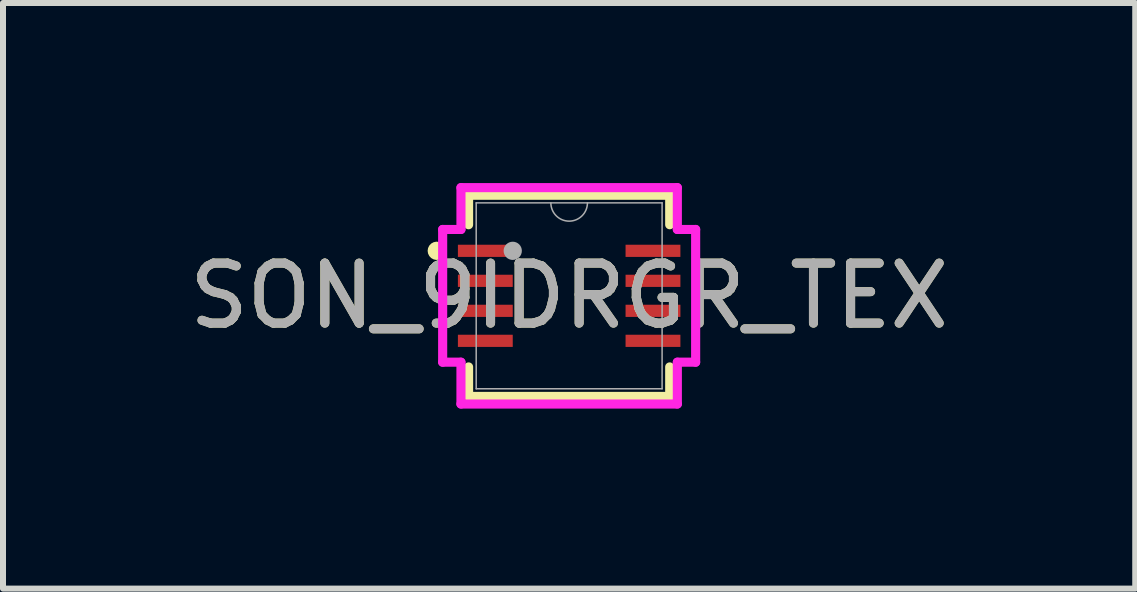
<source format=kicad_pcb>
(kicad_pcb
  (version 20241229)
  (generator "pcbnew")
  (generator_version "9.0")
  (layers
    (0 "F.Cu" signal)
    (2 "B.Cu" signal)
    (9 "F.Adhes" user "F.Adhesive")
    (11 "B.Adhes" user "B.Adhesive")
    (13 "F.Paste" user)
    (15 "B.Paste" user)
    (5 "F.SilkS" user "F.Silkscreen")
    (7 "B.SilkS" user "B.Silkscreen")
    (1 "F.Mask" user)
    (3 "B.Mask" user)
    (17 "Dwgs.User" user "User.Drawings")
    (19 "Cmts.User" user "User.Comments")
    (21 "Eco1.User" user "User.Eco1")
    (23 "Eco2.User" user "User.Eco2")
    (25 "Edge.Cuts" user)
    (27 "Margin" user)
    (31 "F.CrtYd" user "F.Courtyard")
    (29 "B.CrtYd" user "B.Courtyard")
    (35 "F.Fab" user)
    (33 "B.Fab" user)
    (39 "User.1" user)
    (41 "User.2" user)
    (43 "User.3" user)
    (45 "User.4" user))
  (footprint "SON_9IDRGR_TEX"
    (layer "F.Cu")
    (at 6.435 1.88)
    (property "Reference" "SON_9IDRGR_TEX" (at 0 0 0) (unlocked yes) (layer "F.SilkS") (effects (font (size 1 1) (thickness 0.15))))
    (attr smd)
    (fp_line (start -1.676 -1.676) (end -1.676 -1.185) (stroke (width 0.152) (type solid)) (layer "F.SilkS"))
    (fp_line (start -1.676 1.185) (end -1.676 1.676) (stroke (width 0.152) (type solid)) (layer "F.SilkS"))
    (fp_line (start -1.676 1.676) (end 1.676 1.676) (stroke (width 0.152) (type solid)) (layer "F.SilkS"))
    (fp_line (start 1.676 -1.676) (end -1.676 -1.676) (stroke (width 0.152) (type solid)) (layer "F.SilkS"))
    (fp_line (start 1.676 -1.185) (end 1.676 -1.676) (stroke (width 0.152) (type solid)) (layer "F.SilkS"))
    (fp_line (start 1.676 1.676) (end 1.676 1.185) (stroke (width 0.152) (type solid)) (layer "F.SilkS"))
    (fp_arc (start -2.18694 -0.676376) (mid -2.282063 -0.750189) (end -2.18694 -0.824002) (stroke (width 0.1524) (type solid)) (layer "F.SilkS"))
    (fp_line (start -2.108 -1.106) (end -1.803 -1.106) (stroke (width 0.152) (type solid)) (layer "F.CrtYd"))
    (fp_line (start -2.108 1.106) (end -2.108 -1.106) (stroke (width 0.152) (type solid)) (layer "F.CrtYd"))
    (fp_line (start -2.108 1.106) (end -1.803 1.106) (stroke (width 0.152) (type solid)) (layer "F.CrtYd"))
    (fp_line (start -1.803 -1.803) (end 1.803 -1.803) (stroke (width 0.152) (type solid)) (layer "F.CrtYd"))
    (fp_line (start -1.803 -1.106) (end -1.803 -1.803) (stroke (width 0.152) (type solid)) (layer "F.CrtYd"))
    (fp_line (start -1.803 1.803) (end -1.803 1.106) (stroke (width 0.152) (type solid)) (layer "F.CrtYd"))
    (fp_line (start 1.803 -1.803) (end 1.803 -1.106) (stroke (width 0.152) (type solid)) (layer "F.CrtYd"))
    (fp_line (start 1.803 1.106) (end 1.803 1.803) (stroke (width 0.152) (type solid)) (layer "F.CrtYd"))
    (fp_line (start 1.803 1.803) (end -1.803 1.803) (stroke (width 0.152) (type solid)) (layer "F.CrtYd"))
    (fp_line (start 2.108 -1.106) (end 1.803 -1.106) (stroke (width 0.152) (type solid)) (layer "F.CrtYd"))
    (fp_line (start 2.108 -1.106) (end 2.108 1.106) (stroke (width 0.152) (type solid)) (layer "F.CrtYd"))
    (fp_line (start 2.108 1.106) (end 1.803 1.106) (stroke (width 0.152) (type solid)) (layer "F.CrtYd"))
    (fp_line (start -1.549 -1.549) (end -1.549 1.549) (stroke (width 0.025) (type solid)) (layer "F.Fab"))
    (fp_line (start -1.549 1.549) (end 1.549 1.549) (stroke (width 0.025) (type solid)) (layer "F.Fab"))
    (fp_line (start 1.549 -1.549) (end -1.549 -1.549) (stroke (width 0.025) (type solid)) (layer "F.Fab"))
    (fp_line (start 1.549 1.549) (end 1.549 -1.549) (stroke (width 0.025) (type solid)) (layer "F.Fab"))
    (fp_arc (start 0.3048 -1.5494) (mid 0 -1.2446) (end -0.3048 -1.5494) (stroke (width 0.0254) (type solid)) (layer "F.Fab"))
    (fp_circle (center -0.94 -0.75) (end -0.94 -0.75) (stroke (width 0.152) (type solid)) (fill no) (layer "F.Fab"))
    (fp_text user "${REFERENCE}" (at 0 0 0) (unlocked yes) (layer "F.Fab") (effects (font (size 1 1) (thickness 0.15))))
    (pad "1" smd rect (at -1.397 -0.75) (size 0.914 0.203) (layers "F.Cu" "F.Mask" "F.Paste"))
    (pad "2" smd rect (at -1.397 -0.25) (size 0.914 0.203) (layers "F.Cu" "F.Mask" "F.Paste"))
    (pad "3" smd rect (at -1.397 0.25) (size 0.914 0.203) (layers "F.Cu" "F.Mask" "F.Paste"))
    (pad "4" smd rect (at -1.397 0.75) (size 0.914 0.203) (layers "F.Cu" "F.Mask" "F.Paste"))
    (pad "5" smd rect (at 1.397 0.75) (size 0.914 0.203) (layers "F.Cu" "F.Mask" "F.Paste"))
    (pad "6" smd rect (at 1.397 0.25) (size 0.914 0.203) (layers "F.Cu" "F.Mask" "F.Paste"))
    (pad "7" smd rect (at 1.397 -0.25) (size 0.914 0.203) (layers "F.Cu" "F.Mask" "F.Paste"))
    (pad "8" smd rect (at 1.397 -0.75) (size 0.914 0.203) (layers "F.Cu" "F.Mask" "F.Paste")))
  (gr_rect
    (start -3 -3)
    (end 15.869 6.759)
    (stroke (width 0.1) (type default))
    (fill no)
    (layer "Edge.Cuts")))
</source>
